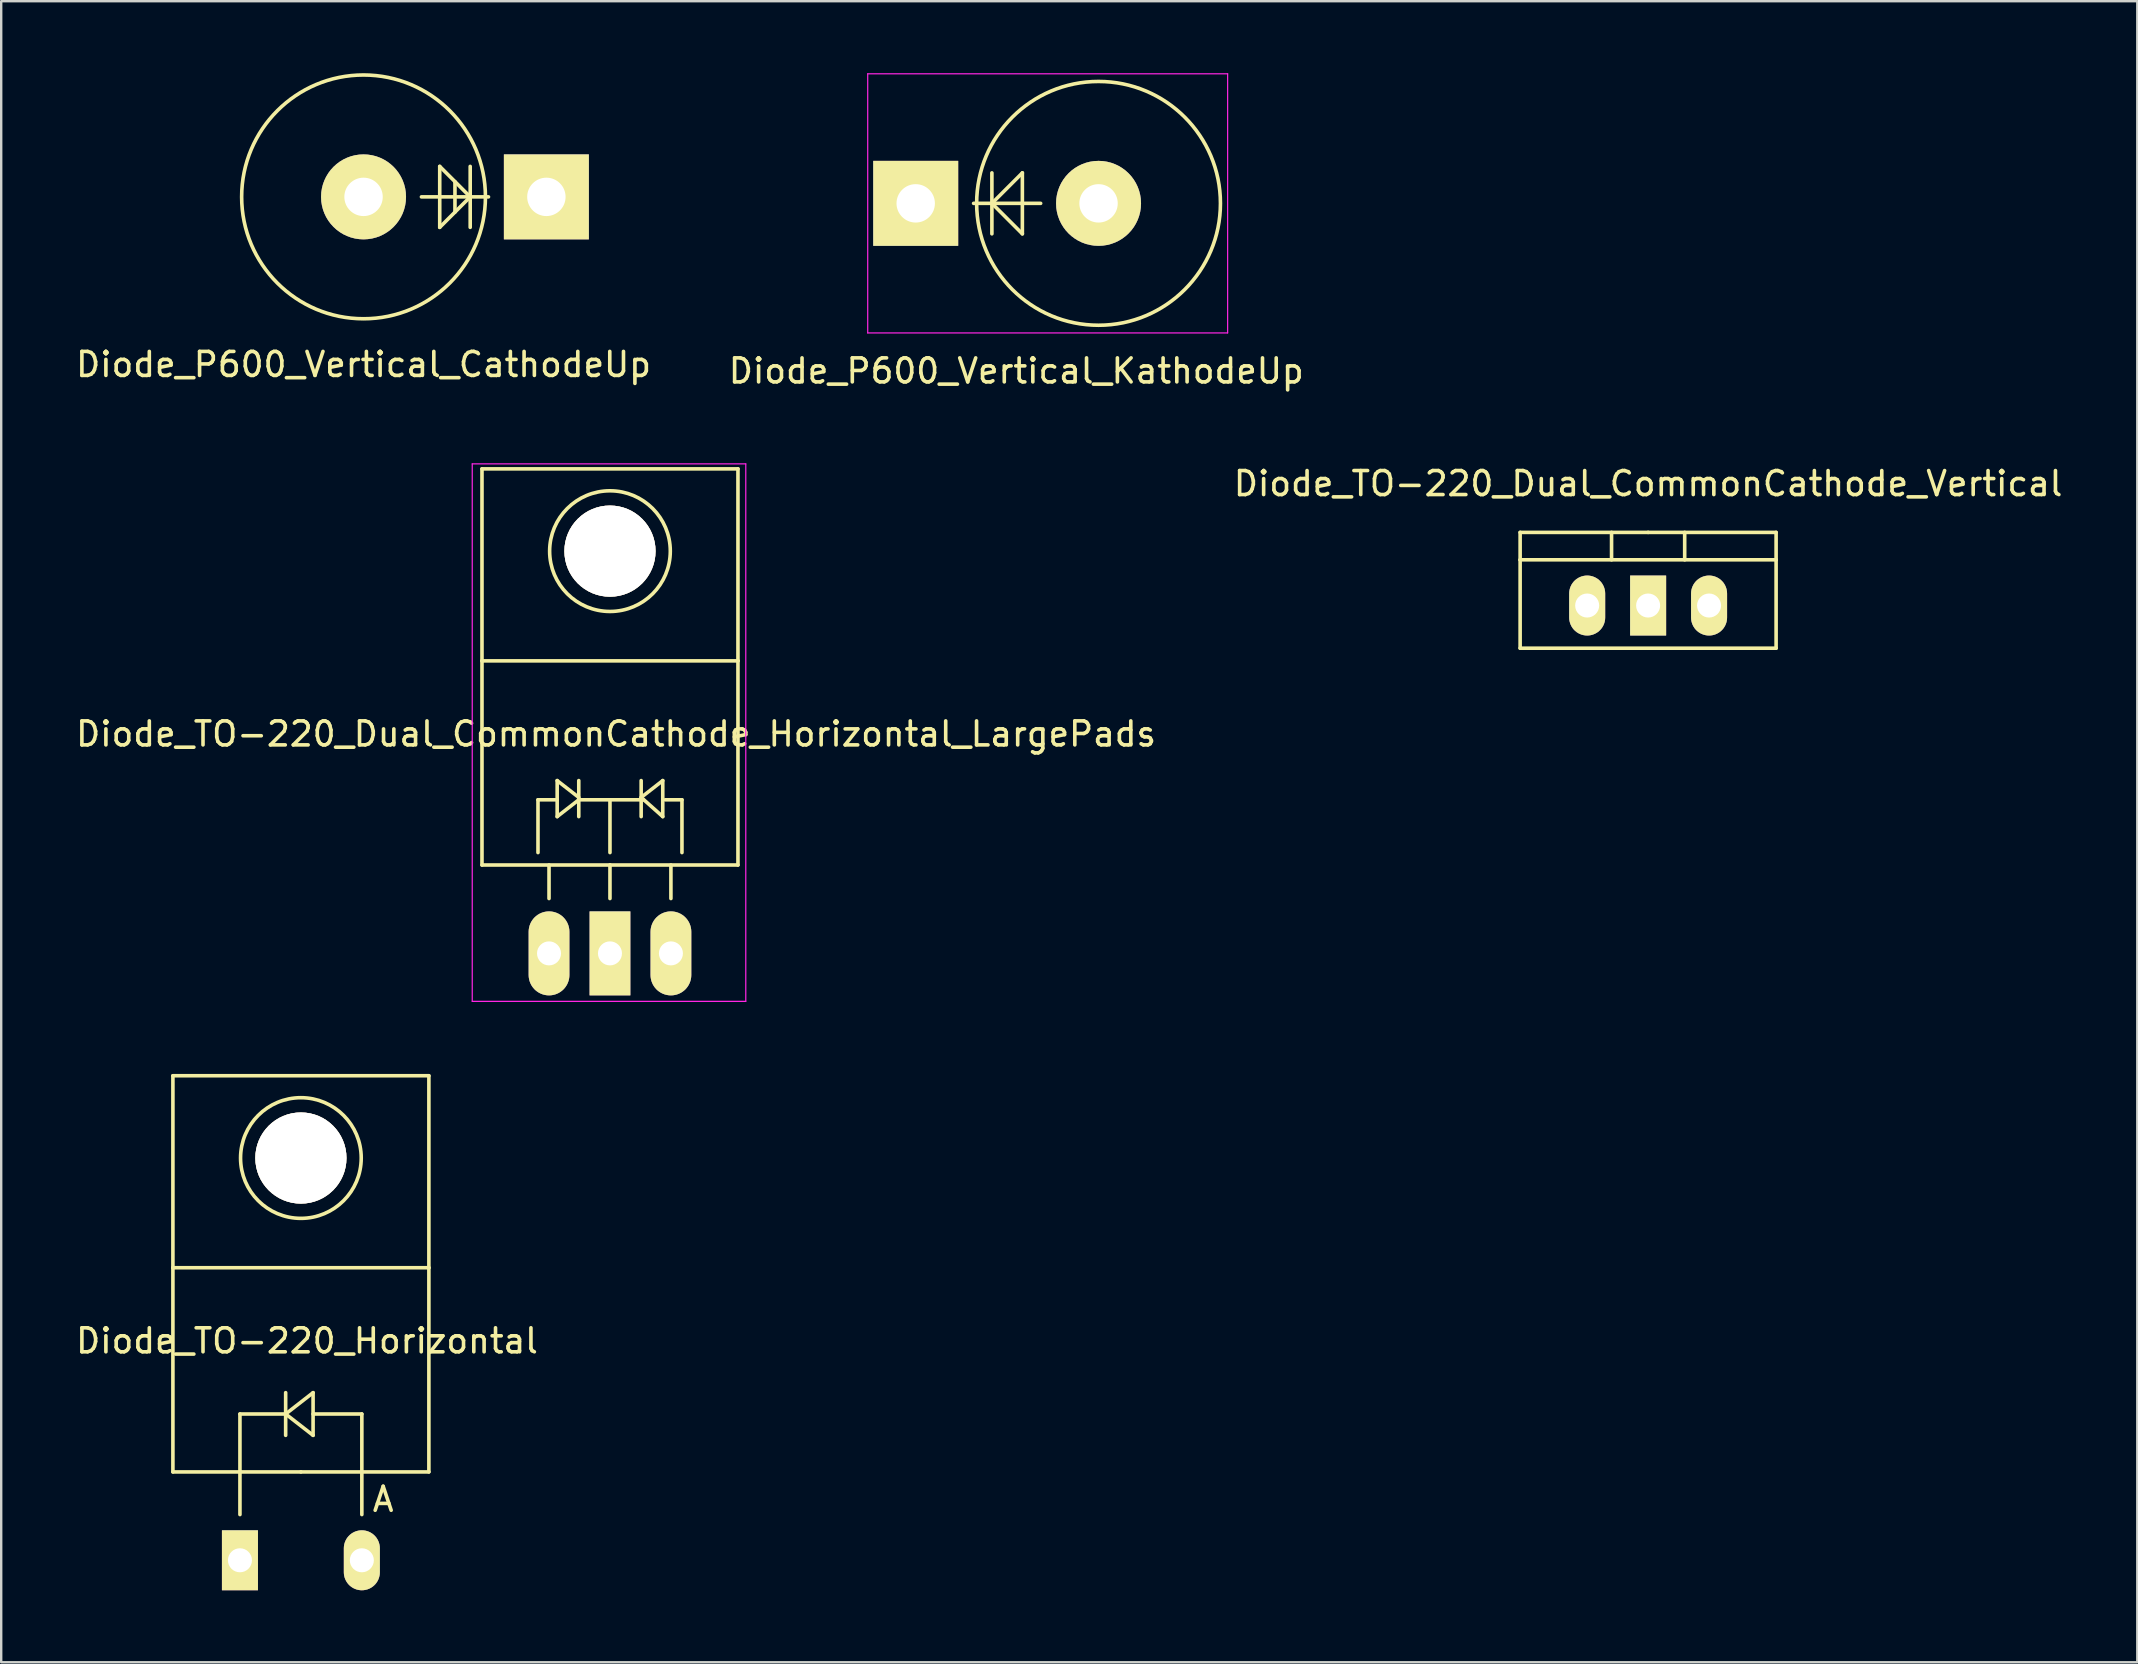
<source format=kicad_pcb>
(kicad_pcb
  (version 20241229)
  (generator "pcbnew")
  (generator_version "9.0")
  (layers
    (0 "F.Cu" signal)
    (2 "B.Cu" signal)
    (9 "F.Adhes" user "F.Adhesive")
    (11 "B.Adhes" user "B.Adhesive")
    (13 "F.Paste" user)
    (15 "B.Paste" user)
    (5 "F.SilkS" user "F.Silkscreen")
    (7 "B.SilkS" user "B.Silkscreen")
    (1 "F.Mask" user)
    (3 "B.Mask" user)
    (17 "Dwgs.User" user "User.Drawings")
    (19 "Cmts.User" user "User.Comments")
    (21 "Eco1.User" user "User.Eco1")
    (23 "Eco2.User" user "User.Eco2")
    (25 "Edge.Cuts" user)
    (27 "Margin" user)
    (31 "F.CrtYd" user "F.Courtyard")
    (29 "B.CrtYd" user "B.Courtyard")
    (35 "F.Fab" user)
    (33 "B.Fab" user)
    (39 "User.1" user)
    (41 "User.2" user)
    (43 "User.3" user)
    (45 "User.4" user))
  (footprint "Diode_TO-220_Dual_CommonCathode_Vertical"
    (layer "F.Cu")
    (at 65.637 22.186)
    (property "Reference" "Diode_TO-220_Dual_CommonCathode_Vertical" (at 0 -5.08 0) (layer "F.SilkS") (effects (font (size 1 1) (thickness 0.15))))
    (attr through_hole)
    (fp_line (start -5.334 -1.905) (end -5.334 -3.048) (stroke (width 0.15) (type solid)) (layer "F.SilkS"))
    (fp_line (start -5.334 1.778) (end -5.334 -1.905) (stroke (width 0.15) (type solid)) (layer "F.SilkS"))
    (fp_line (start -1.524 -3.048) (end -1.524 -1.905) (stroke (width 0.15) (type solid)) (layer "F.SilkS"))
    (fp_line (start 0 -3.048) (end -5.334 -3.048) (stroke (width 0.15) (type solid)) (layer "F.SilkS"))
    (fp_line (start 0 -3.048) (end 5.334 -3.048) (stroke (width 0.15) (type solid)) (layer "F.SilkS"))
    (fp_line (start 1.524 -3.048) (end 1.524 -1.905) (stroke (width 0.15) (type solid)) (layer "F.SilkS"))
    (fp_line (start 5.334 -3.048) (end 5.334 -1.905) (stroke (width 0.15) (type solid)) (layer "F.SilkS"))
    (fp_line (start 5.334 -1.905) (end -5.334 -1.905) (stroke (width 0.15) (type solid)) (layer "F.SilkS"))
    (fp_line (start 5.334 -1.905) (end 5.334 1.778) (stroke (width 0.15) (type solid)) (layer "F.SilkS"))
    (fp_line (start 5.334 1.778) (end -5.334 1.778) (stroke (width 0.15) (type solid)) (layer "F.SilkS"))
    (pad "1" thru_hole oval (at -2.54 0 90) (size 2.499 1.501) (drill 1.001) (layers "*.Cu" "*.Mask" "F.SilkS"))
    (pad "2" thru_hole rect (at 0 0 90) (size 2.499 1.501) (drill 1.001) (layers "*.Cu" "*.Mask" "F.SilkS"))
    (pad "3" thru_hole oval (at 2.54 0 90) (size 2.499 1.501) (drill 1.001) (layers "*.Cu" "*.Mask" "F.SilkS")))
  (footprint "Diode_P600_Vertical_KathodeUp"
    (layer "F.Cu")
    (at 35.113 5.425)
    (property "Reference" "Diode_P600_Vertical_KathodeUp" (at 4.191 6.985 0) (layer "F.SilkS") (effects (font (size 1 1) (thickness 0.15))))
    (attr through_hole)
    (fp_line (start 3.175 -1.27) (end 3.175 1.27) (stroke (width 0.15) (type solid)) (layer "F.SilkS"))
    (fp_line (start 3.175 0) (end 2.413 0) (stroke (width 0.15) (type solid)) (layer "F.SilkS"))
    (fp_line (start 3.175 0) (end 4.445 -1.27) (stroke (width 0.15) (type solid)) (layer "F.SilkS"))
    (fp_line (start 3.175 0) (end 4.445 0) (stroke (width 0.15) (type solid)) (layer "F.SilkS"))
    (fp_line (start 4.445 -1.27) (end 4.445 1.27) (stroke (width 0.15) (type solid)) (layer "F.SilkS"))
    (fp_line (start 4.445 0) (end 5.207 0) (stroke (width 0.15) (type solid)) (layer "F.SilkS"))
    (fp_line (start 4.445 1.27) (end 3.175 0) (stroke (width 0.15) (type solid)) (layer "F.SilkS"))
    (fp_circle (center 7.62 0) (end 2.54 0) (stroke (width 0.15) (type solid)) (fill no) (layer "F.SilkS"))
    (fp_line (start -2 -5.4) (end -2 5.4) (stroke (width 0.05) (type solid)) (layer "F.CrtYd"))
    (fp_line (start -2 5.4) (end 13 5.4) (stroke (width 0.05) (type solid)) (layer "F.CrtYd"))
    (fp_line (start 13 -5.4) (end -2 -5.4) (stroke (width 0.05) (type solid)) (layer "F.CrtYd"))
    (fp_line (start 13 5.4) (end 13 -5.4) (stroke (width 0.05) (type solid)) (layer "F.CrtYd"))
    (pad "1" thru_hole rect (at 0 0 180) (size 3.541 3.541) (drill 1.6) (layers "*.Cu" "*.Mask" "F.SilkS"))
    (pad "2" thru_hole circle (at 7.62 0 180) (size 3.541 3.541) (drill 1.6) (layers "*.Cu" "*.Mask" "F.SilkS")))
  (footprint "Diode_TO-220_Dual_CommonCathode_Horizontal_LargePads"
    (layer "F.Cu")
    (at 19.831 36.683)
    (property "Reference" "Diode_TO-220_Dual_CommonCathode_Horizontal_LargePads" (at 2.794 -9.144 0) (layer "F.SilkS") (effects (font (size 1 1) (thickness 0.15))))
    (attr through_hole)
    (fp_line (start -2.794 -20.193) (end -2.794 -12.192) (stroke (width 0.15) (type solid)) (layer "F.SilkS"))
    (fp_line (start -2.794 -12.192) (end -2.794 -3.683) (stroke (width 0.15) (type solid)) (layer "F.SilkS"))
    (fp_line (start -0.46 -6.401) (end -0.46 -4.201) (stroke (width 0.15) (type solid)) (layer "F.SilkS"))
    (fp_line (start 0 -3.683) (end 0 -2.286) (stroke (width 0.15) (type solid)) (layer "F.SilkS"))
    (fp_line (start 0.34 -7.201) (end 0.34 -5.7) (stroke (width 0.15) (type solid)) (layer "F.SilkS"))
    (fp_line (start 0.34 -6.401) (end -0.46 -6.401) (stroke (width 0.15) (type solid)) (layer "F.SilkS"))
    (fp_line (start 0.34 -5.7) (end 1.24 -6.401) (stroke (width 0.15) (type solid)) (layer "F.SilkS"))
    (fp_line (start 1.24 -7.201) (end 1.24 -5.7) (stroke (width 0.15) (type solid)) (layer "F.SilkS"))
    (fp_line (start 1.24 -6.5) (end 0.34 -7.201) (stroke (width 0.15) (type solid)) (layer "F.SilkS"))
    (fp_line (start 1.24 -6.401) (end 3.94 -6.401) (stroke (width 0.15) (type solid)) (layer "F.SilkS"))
    (fp_line (start 2.54 -6.401) (end 2.54 -4.201) (stroke (width 0.15) (type solid)) (layer "F.SilkS"))
    (fp_line (start 2.54 -3.683) (end -2.794 -3.683) (stroke (width 0.15) (type solid)) (layer "F.SilkS"))
    (fp_line (start 2.54 -3.683) (end 2.54 -2.286) (stroke (width 0.15) (type solid)) (layer "F.SilkS"))
    (fp_line (start 2.54 -3.683) (end 7.874 -3.683) (stroke (width 0.15) (type solid)) (layer "F.SilkS"))
    (fp_line (start 3.84 -7.201) (end 3.84 -5.7) (stroke (width 0.15) (type solid)) (layer "F.SilkS"))
    (fp_line (start 3.84 -6.5) (end 4.74 -7.201) (stroke (width 0.15) (type solid)) (layer "F.SilkS"))
    (fp_line (start 4.74 -7.201) (end 4.74 -5.7) (stroke (width 0.15) (type solid)) (layer "F.SilkS"))
    (fp_line (start 4.74 -5.7) (end 3.84 -6.5) (stroke (width 0.15) (type solid)) (layer "F.SilkS"))
    (fp_line (start 4.841 -6.401) (end 5.54 -6.401) (stroke (width 0.15) (type solid)) (layer "F.SilkS"))
    (fp_line (start 5.08 -3.683) (end 5.08 -2.286) (stroke (width 0.15) (type solid)) (layer "F.SilkS"))
    (fp_line (start 5.54 -6.401) (end 5.54 -4.201) (stroke (width 0.15) (type solid)) (layer "F.SilkS"))
    (fp_line (start 7.874 -20.193) (end -2.794 -20.193) (stroke (width 0.15) (type solid)) (layer "F.SilkS"))
    (fp_line (start 7.874 -12.192) (end -2.794 -12.192) (stroke (width 0.15) (type solid)) (layer "F.SilkS"))
    (fp_line (start 7.874 -12.192) (end 7.874 -20.193) (stroke (width 0.15) (type solid)) (layer "F.SilkS"))
    (fp_line (start 7.874 -3.683) (end 7.874 -12.192) (stroke (width 0.15) (type solid)) (layer "F.SilkS"))
    (fp_circle (center 2.54 -16.764) (end 4.318 -14.986) (stroke (width 0.15) (type solid)) (fill no) (layer "F.SilkS"))
    (fp_line (start -3.2 -20.4) (end -3.2 2) (stroke (width 0.05) (type solid)) (layer "F.CrtYd"))
    (fp_line (start -3.2 2) (end 8.2 2) (stroke (width 0.05) (type solid)) (layer "F.CrtYd"))
    (fp_line (start 8.2 -20.4) (end -3.2 -20.4) (stroke (width 0.05) (type solid)) (layer "F.CrtYd"))
    (fp_line (start 8.2 2) (end 8.2 -20.4) (stroke (width 0.05) (type solid)) (layer "F.CrtYd"))
    (pad "1" thru_hole oval (at 0 0 90) (size 3.5 1.699) (drill 1.001) (layers "*.Cu" "*.Mask" "F.SilkS"))
    (pad "2" thru_hole rect (at 2.54 0 90) (size 3.5 1.699) (drill 1.001) (layers "*.Cu" "*.Mask" "F.SilkS"))
    (pad "3" thru_hole oval (at 5.08 0 90) (size 3.5 1.699) (drill 1.001) (layers "*.Cu" "*.Mask" "F.SilkS"))
    (pad "9" thru_hole circle (at 2.54 -16.764 90) (size 3.8 3.8) (drill 3.8) (layers "*.Cu" "*.Mask" "F.SilkS")))
  (footprint "Diode_P600_Vertical_CathodeUp"
    (layer "F.Cu")
    (at 12.101 5.155)
    (property "Reference" "Diode_P600_Vertical_CathodeUp" (at 0 6.985 0) (layer "F.SilkS") (effects (font (size 1 1) (thickness 0.15))))
    (attr through_hole)
    (fp_line (start 3.175 -1.27) (end 3.175 1.27) (stroke (width 0.15) (type solid)) (layer "F.SilkS"))
    (fp_line (start 3.175 0) (end 2.413 0) (stroke (width 0.15) (type solid)) (layer "F.SilkS"))
    (fp_line (start 3.175 1.27) (end 4.445 0) (stroke (width 0.15) (type solid)) (layer "F.SilkS"))
    (fp_line (start 3.81 -0.635) (end 3.81 0.635) (stroke (width 0.15) (type solid)) (layer "F.SilkS"))
    (fp_line (start 4.445 -1.27) (end 4.445 1.27) (stroke (width 0.15) (type solid)) (layer "F.SilkS"))
    (fp_line (start 4.445 0) (end 3.175 -1.27) (stroke (width 0.15) (type solid)) (layer "F.SilkS"))
    (fp_line (start 4.445 0) (end 3.175 0) (stroke (width 0.15) (type solid)) (layer "F.SilkS"))
    (fp_line (start 4.445 0) (end 5.207 0) (stroke (width 0.15) (type solid)) (layer "F.SilkS"))
    (fp_circle (center 0 0) (end 5.08 0) (stroke (width 0.15) (type solid)) (fill no) (layer "F.SilkS"))
    (pad "1" thru_hole circle (at 0 0) (size 3.541 3.541) (drill 1.6) (layers "*.Cu" "*.Mask" "F.SilkS"))
    (pad "2" thru_hole rect (at 7.62 0) (size 3.541 3.541) (drill 1.6) (layers "*.Cu" "*.Mask" "F.SilkS")))
  (footprint "Diode_TO-220_Horizontal"
    (layer "F.Cu")
    (at 6.953 61.976)
    (property "Reference" "Diode_TO-220_Horizontal" (at 2.791 -9.144 0) (layer "F.SilkS") (effects (font (size 1 1) (thickness 0.15))))
    (attr through_hole)
    (fp_line (start -2.797 -20.193) (end -2.797 -12.192) (stroke (width 0.15) (type solid)) (layer "F.SilkS"))
    (fp_line (start -2.797 -12.192) (end -2.797 -3.683) (stroke (width 0.15) (type solid)) (layer "F.SilkS"))
    (fp_line (start -0.003 -6.096) (end -0.003 -3.683) (stroke (width 0.15) (type solid)) (layer "F.SilkS"))
    (fp_line (start -0.003 -3.683) (end -0.003 -1.905) (stroke (width 0.15) (type solid)) (layer "F.SilkS"))
    (fp_line (start 1.902 -6.985) (end 1.902 -5.207) (stroke (width 0.15) (type solid)) (layer "F.SilkS"))
    (fp_line (start 1.902 -6.096) (end -0.003 -6.096) (stroke (width 0.15) (type solid)) (layer "F.SilkS"))
    (fp_line (start 1.902 -6.096) (end 3.045 -6.985) (stroke (width 0.15) (type solid)) (layer "F.SilkS"))
    (fp_line (start 2.537 -3.683) (end -2.797 -3.683) (stroke (width 0.15) (type solid)) (layer "F.SilkS"))
    (fp_line (start 2.537 -3.683) (end 7.871 -3.683) (stroke (width 0.15) (type solid)) (layer "F.SilkS"))
    (fp_line (start 3.045 -6.985) (end 3.045 -5.207) (stroke (width 0.15) (type solid)) (layer "F.SilkS"))
    (fp_line (start 3.045 -6.096) (end 5.077 -6.096) (stroke (width 0.15) (type solid)) (layer "F.SilkS"))
    (fp_line (start 3.045 -5.207) (end 1.902 -6.096) (stroke (width 0.15) (type solid)) (layer "F.SilkS"))
    (fp_line (start 5.077 -6.096) (end 5.077 -3.683) (stroke (width 0.15) (type solid)) (layer "F.SilkS"))
    (fp_line (start 5.077 -3.683) (end 5.077 -1.905) (stroke (width 0.15) (type solid)) (layer "F.SilkS"))
    (fp_line (start 7.871 -20.193) (end -2.797 -20.193) (stroke (width 0.15) (type solid)) (layer "F.SilkS"))
    (fp_line (start 7.871 -12.192) (end -2.797 -12.192) (stroke (width 0.15) (type solid)) (layer "F.SilkS"))
    (fp_line (start 7.871 -12.192) (end 7.871 -20.193) (stroke (width 0.15) (type solid)) (layer "F.SilkS"))
    (fp_line (start 7.871 -3.683) (end 7.871 -12.192) (stroke (width 0.15) (type solid)) (layer "F.SilkS"))
    (fp_circle (center 2.537 -16.764) (end 4.315 -14.986) (stroke (width 0.15) (type solid)) (fill no) (layer "F.SilkS"))
    (fp_text user "A" (at 5.966 -2.54 0) (layer "F.SilkS") (effects (font (size 1 1) (thickness 0.15))))
    (pad "1" thru_hole rect (at -0.003 0 90) (size 2.499 1.501) (drill 1.001) (layers "*.Cu" "*.Mask" "F.SilkS"))
    (pad "2" thru_hole circle (at 2.537 -16.764 90) (size 3.8 3.8) (drill 3.8) (layers "*.Cu" "*.Mask" "F.SilkS"))
    (pad "2" thru_hole oval (at 5.077 0 90) (size 2.499 1.501) (drill 1.001) (layers "*.Cu" "*.Mask" "F.SilkS")))
  (gr_rect
    (start -3 -3)
    (end 86.024 66.226)
    (stroke (width 0.1) (type default))
    (fill no)
    (layer "Edge.Cuts")))
</source>
